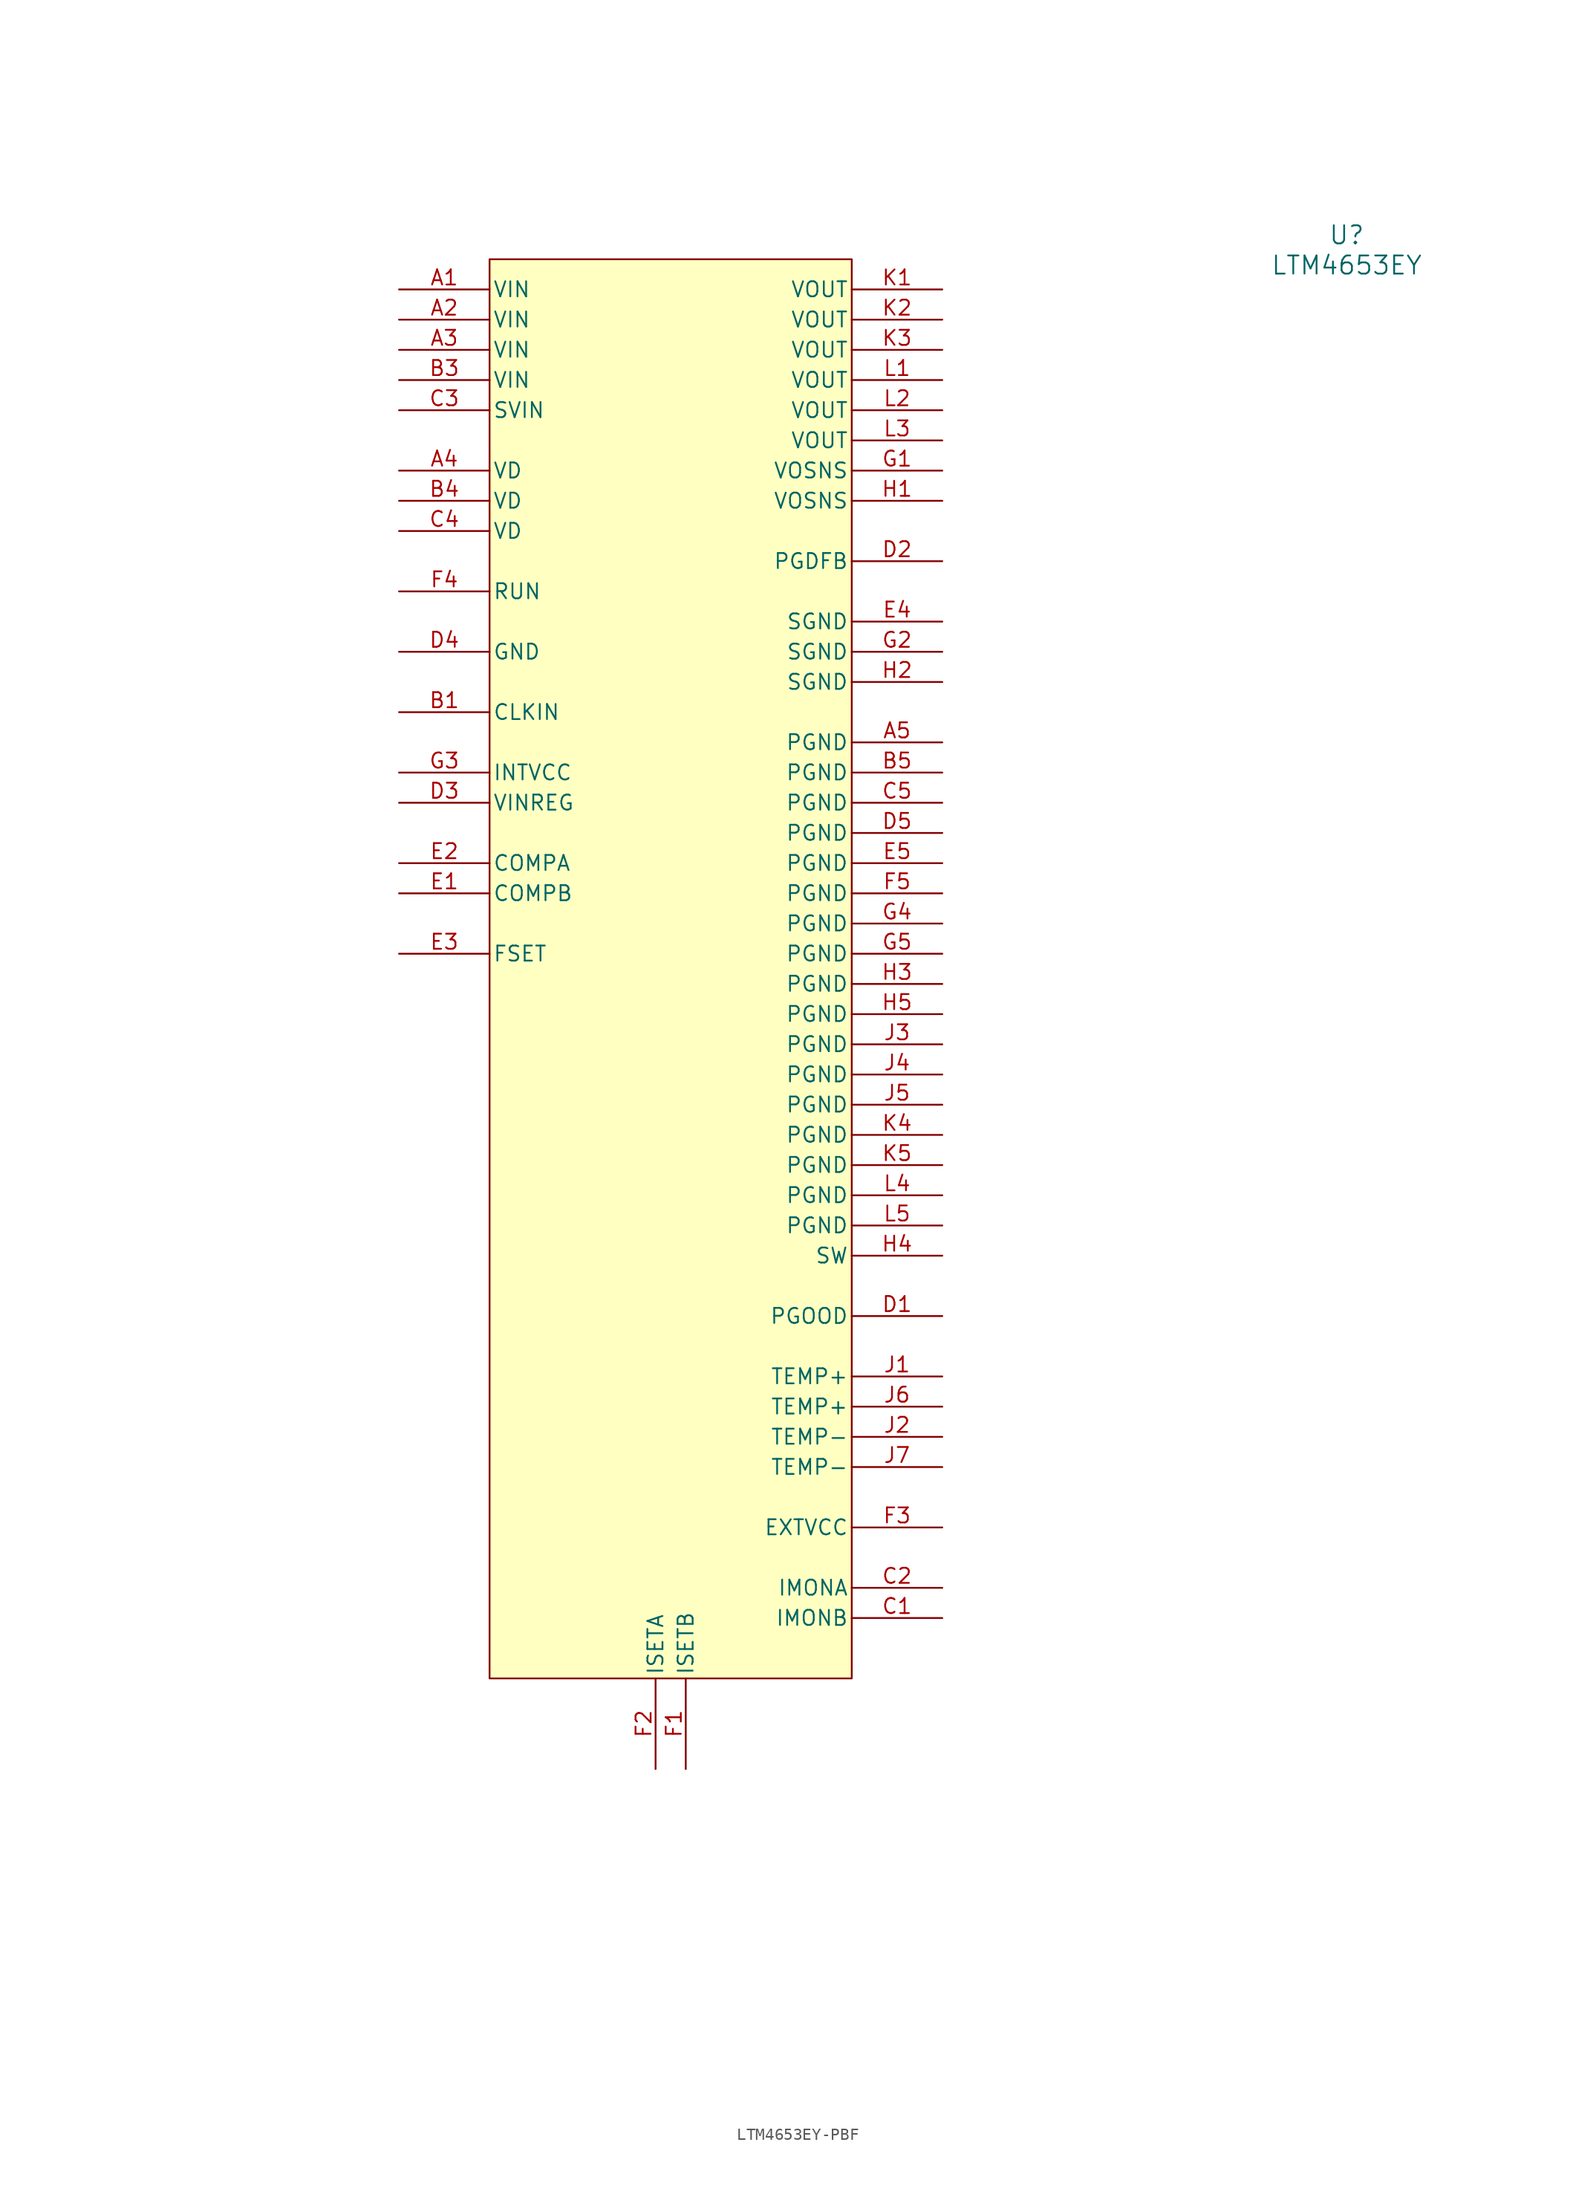
<source format=kicad_sym>
(kicad_symbol_lib
  (version 20241209)
  (generator "kicad_symbol_editor")
  (generator_version "9.0")
  (symbol "LTM4653EY-PBF"
    (pin_names
      (offset 0.254))
    (property "Reference" "U"
      (at 56.896 49.022 0)
      (effects (font (size 1.524 1.524))))
    (property "Value" "LTM4653EY"
      (at 56.896 46.482 0)
      (effects (font (size 1.524 1.524))))
    (symbol "LTM4653EY-PBF_0_1"
      (pin unspecified line (at -22.86 44.45 0) (length 7.62) (name "VIN" (effects (font (size 1.27 1.27)))) (number "A1" (effects (font (size 1.27 1.27)))))
      (pin unspecified line (at -22.86 41.91 0) (length 7.62) (name "VIN" (effects (font (size 1.27 1.27)))) (number "A2" (effects (font (size 1.27 1.27)))))
      (pin unspecified line (at -22.86 39.37 0) (length 7.62) (name "VIN" (effects (font (size 1.27 1.27)))) (number "A3" (effects (font (size 1.27 1.27)))))
      (pin unspecified line (at -22.86 36.83 0) (length 7.62) (name "VIN" (effects (font (size 1.27 1.27)))) (number "B3" (effects (font (size 1.27 1.27)))))
      (pin unspecified line (at -22.86 34.29 0) (length 7.62) (name "SVIN" (effects (font (size 1.27 1.27)))) (number "C3" (effects (font (size 1.27 1.27)))))
      (pin unspecified line (at -22.86 29.21 0) (length 7.62) (name "VD" (effects (font (size 1.27 1.27)))) (number "A4" (effects (font (size 1.27 1.27)))))
      (pin unspecified line (at -22.86 26.67 0) (length 7.62) (name "VD" (effects (font (size 1.27 1.27)))) (number "B4" (effects (font (size 1.27 1.27)))))
      (pin unspecified line (at -22.86 24.13 0) (length 7.62) (name "VD" (effects (font (size 1.27 1.27)))) (number "C4" (effects (font (size 1.27 1.27)))))
      (pin unspecified line (at -22.86 19.05 0) (length 7.62) (name "RUN" (effects (font (size 1.27 1.27)))) (number "F4" (effects (font (size 1.27 1.27)))))
      (pin unspecified line (at -22.86 13.97 0) (length 7.62) (name "GND" (effects (font (size 1.27 1.27)))) (number "D4" (effects (font (size 1.27 1.27)))))
      (pin unspecified line (at -22.86 8.89 0) (length 7.62) (name "CLKIN" (effects (font (size 1.27 1.27)))) (number "B1" (effects (font (size 1.27 1.27)))))
      (pin unspecified line (at -22.86 3.81 0) (length 7.62) (name "INTVCC" (effects (font (size 1.27 1.27)))) (number "G3" (effects (font (size 1.27 1.27)))))
      (pin unspecified line (at -22.86 1.27 0) (length 7.62) (name "VINREG" (effects (font (size 1.27 1.27)))) (number "D3" (effects (font (size 1.27 1.27)))))
      (pin unspecified line (at -22.86 -3.81 0) (length 7.62) (name "COMPA" (effects (font (size 1.27 1.27)))) (number "E2" (effects (font (size 1.27 1.27)))))
      (pin unspecified line (at -22.86 -6.35 0) (length 7.62) (name "COMPB" (effects (font (size 1.27 1.27)))) (number "E1" (effects (font (size 1.27 1.27)))))
      (pin unspecified line (at -22.86 -11.43 0) (length 7.62) (name "FSET" (effects (font (size 1.27 1.27)))) (number "E3" (effects (font (size 1.27 1.27)))))
      (pin unspecified line (at -1.27 -80.01 90) (length 7.62) (name "ISETA" (effects (font (size 1.27 1.27)))) (number "F2" (effects (font (size 1.27 1.27)))))
      (pin unspecified line (at 1.27 -80.01 90) (length 7.62) (name "ISETB" (effects (font (size 1.27 1.27)))) (number "F1" (effects (font (size 1.27 1.27)))))
      (pin unspecified line (at 22.86 44.45 180) (length 7.62) (name "VOUT" (effects (font (size 1.27 1.27)))) (number "K1" (effects (font (size 1.27 1.27)))))
      (pin unspecified line (at 22.86 41.91 180) (length 7.62) (name "VOUT" (effects (font (size 1.27 1.27)))) (number "K2" (effects (font (size 1.27 1.27)))))
      (pin unspecified line (at 22.86 39.37 180) (length 7.62) (name "VOUT" (effects (font (size 1.27 1.27)))) (number "K3" (effects (font (size 1.27 1.27)))))
      (pin unspecified line (at 22.86 36.83 180) (length 7.62) (name "VOUT" (effects (font (size 1.27 1.27)))) (number "L1" (effects (font (size 1.27 1.27)))))
      (pin unspecified line (at 22.86 34.29 180) (length 7.62) (name "VOUT" (effects (font (size 1.27 1.27)))) (number "L2" (effects (font (size 1.27 1.27)))))
      (pin unspecified line (at 22.86 31.75 180) (length 7.62) (name "VOUT" (effects (font (size 1.27 1.27)))) (number "L3" (effects (font (size 1.27 1.27)))))
      (pin unspecified line (at 22.86 29.21 180) (length 7.62) (name "VOSNS" (effects (font (size 1.27 1.27)))) (number "G1" (effects (font (size 1.27 1.27)))))
      (pin unspecified line (at 22.86 26.67 180) (length 7.62) (name "VOSNS" (effects (font (size 1.27 1.27)))) (number "H1" (effects (font (size 1.27 1.27)))))
      (pin unspecified line (at 22.86 21.59 180) (length 7.62) (name "PGDFB" (effects (font (size 1.27 1.27)))) (number "D2" (effects (font (size 1.27 1.27)))))
      (pin unspecified line (at 22.86 16.51 180) (length 7.62) (name "SGND" (effects (font (size 1.27 1.27)))) (number "E4" (effects (font (size 1.27 1.27)))))
      (pin unspecified line (at 22.86 13.97 180) (length 7.62) (name "SGND" (effects (font (size 1.27 1.27)))) (number "G2" (effects (font (size 1.27 1.27)))))
      (pin unspecified line (at 22.86 11.43 180) (length 7.62) (name "SGND" (effects (font (size 1.27 1.27)))) (number "H2" (effects (font (size 1.27 1.27)))))
      (pin unspecified line (at 22.86 6.35 180) (length 7.62) (name "PGND" (effects (font (size 1.27 1.27)))) (number "A5" (effects (font (size 1.27 1.27)))))
      (pin unspecified line (at 22.86 3.81 180) (length 7.62) (name "PGND" (effects (font (size 1.27 1.27)))) (number "B5" (effects (font (size 1.27 1.27)))))
      (pin unspecified line (at 22.86 1.27 180) (length 7.62) (name "PGND" (effects (font (size 1.27 1.27)))) (number "C5" (effects (font (size 1.27 1.27)))))
      (pin unspecified line (at 22.86 -1.27 180) (length 7.62) (name "PGND" (effects (font (size 1.27 1.27)))) (number "D5" (effects (font (size 1.27 1.27)))))
      (pin unspecified line (at 22.86 -3.81 180) (length 7.62) (name "PGND" (effects (font (size 1.27 1.27)))) (number "E5" (effects (font (size 1.27 1.27)))))
      (pin unspecified line (at 22.86 -6.35 180) (length 7.62) (name "PGND" (effects (font (size 1.27 1.27)))) (number "F5" (effects (font (size 1.27 1.27)))))
      (pin unspecified line (at 22.86 -8.89 180) (length 7.62) (name "PGND" (effects (font (size 1.27 1.27)))) (number "G4" (effects (font (size 1.27 1.27)))))
      (pin unspecified line (at 22.86 -11.43 180) (length 7.62) (name "PGND" (effects (font (size 1.27 1.27)))) (number "G5" (effects (font (size 1.27 1.27)))))
      (pin unspecified line (at 22.86 -13.97 180) (length 7.62) (name "PGND" (effects (font (size 1.27 1.27)))) (number "H3" (effects (font (size 1.27 1.27)))))
      (pin unspecified line (at 22.86 -16.51 180) (length 7.62) (name "PGND" (effects (font (size 1.27 1.27)))) (number "H5" (effects (font (size 1.27 1.27)))))
      (pin unspecified line (at 22.86 -19.05 180) (length 7.62) (name "PGND" (effects (font (size 1.27 1.27)))) (number "J3" (effects (font (size 1.27 1.27)))))
      (pin unspecified line (at 22.86 -21.59 180) (length 7.62) (name "PGND" (effects (font (size 1.27 1.27)))) (number "J4" (effects (font (size 1.27 1.27)))))
      (pin unspecified line (at 22.86 -24.13 180) (length 7.62) (name "PGND" (effects (font (size 1.27 1.27)))) (number "J5" (effects (font (size 1.27 1.27)))))
      (pin unspecified line (at 22.86 -26.67 180) (length 7.62) (name "PGND" (effects (font (size 1.27 1.27)))) (number "K4" (effects (font (size 1.27 1.27)))))
      (pin unspecified line (at 22.86 -29.21 180) (length 7.62) (name "PGND" (effects (font (size 1.27 1.27)))) (number "K5" (effects (font (size 1.27 1.27)))))
      (pin unspecified line (at 22.86 -31.75 180) (length 7.62) (name "PGND" (effects (font (size 1.27 1.27)))) (number "L4" (effects (font (size 1.27 1.27)))))
      (pin unspecified line (at 22.86 -34.29 180) (length 7.62) (name "PGND" (effects (font (size 1.27 1.27)))) (number "L5" (effects (font (size 1.27 1.27)))))
      (pin unspecified line (at 22.86 -36.83 180) (length 7.62) (name "SW" (effects (font (size 1.27 1.27)))) (number "H4" (effects (font (size 1.27 1.27)))))
      (pin unspecified line (at 22.86 -41.91 180) (length 7.62) (name "PGOOD" (effects (font (size 1.27 1.27)))) (number "D1" (effects (font (size 1.27 1.27)))))
      (pin unspecified line (at 22.86 -46.99 180) (length 7.62) (name "TEMP+" (effects (font (size 1.27 1.27)))) (number "J1" (effects (font (size 1.27 1.27)))))
      (pin unspecified line (at 22.86 -49.53 180) (length 7.62) (name "TEMP+" (effects (font (size 1.27 1.27)))) (number "J6" (effects (font (size 1.27 1.27)))))
      (pin unspecified line (at 22.86 -52.07 180) (length 7.62) (name "TEMP-" (effects (font (size 1.27 1.27)))) (number "J2" (effects (font (size 1.27 1.27)))))
      (pin unspecified line (at 22.86 -54.61 180) (length 7.62) (name "TEMP-" (effects (font (size 1.27 1.27)))) (number "J7" (effects (font (size 1.27 1.27)))))
      (pin unspecified line (at 22.86 -59.69 180) (length 7.62) (name "EXTVCC" (effects (font (size 1.27 1.27)))) (number "F3" (effects (font (size 1.27 1.27)))))
      (pin unspecified line (at 22.86 -64.77 180) (length 7.62) (name "IMONA" (effects (font (size 1.27 1.27)))) (number "C2" (effects (font (size 1.27 1.27)))))
      (pin unspecified line (at 22.86 -67.31 180) (length 7.62) (name "IMONB" (effects (font (size 1.27 1.27)))) (number "C1" (effects (font (size 1.27 1.27))))))
    (symbol "LTM4653EY-PBF_1_1"
      (rectangle (start -15.24 46.99) (end 15.24 -72.39) (stroke (width 0) (type solid)) (fill (type background)))
      (pin no_connect line (at -41.91 -44.45 0) (length 7.62) (hide yes) (name "NC" (effects (font (size 1.27 1.27)))) (number "A6" (effects (font (size 1.27 1.27)))))
      (pin no_connect line (at -41.91 -46.99 0) (length 7.62) (hide yes) (name "NC" (effects (font (size 1.27 1.27)))) (number "A7" (effects (font (size 1.27 1.27)))))
      (pin no_connect line (at -41.91 -49.53 0) (length 7.62) (hide yes) (name "NC" (effects (font (size 1.27 1.27)))) (number "B2" (effects (font (size 1.27 1.27)))))
      (pin no_connect line (at -41.91 -52.07 0) (length 7.62) (hide yes) (name "NC" (effects (font (size 1.27 1.27)))) (number "B6" (effects (font (size 1.27 1.27)))))
      (pin no_connect line (at -41.91 -54.61 0) (length 7.62) (hide yes) (name "NC" (effects (font (size 1.27 1.27)))) (number "B7" (effects (font (size 1.27 1.27)))))
      (pin no_connect line (at -41.91 -57.15 0) (length 7.62) (hide yes) (name "NC" (effects (font (size 1.27 1.27)))) (number "C6" (effects (font (size 1.27 1.27)))))
      (pin no_connect line (at -41.91 -59.69 0) (length 7.62) (hide yes) (name "NC" (effects (font (size 1.27 1.27)))) (number "C7" (effects (font (size 1.27 1.27)))))
      (pin no_connect line (at -41.91 -62.23 0) (length 7.62) (hide yes) (name "NC" (effects (font (size 1.27 1.27)))) (number "D6" (effects (font (size 1.27 1.27)))))
      (pin no_connect line (at -41.91 -64.77 0) (length 7.62) (hide yes) (name "NC" (effects (font (size 1.27 1.27)))) (number "D7" (effects (font (size 1.27 1.27)))))
      (pin no_connect line (at -41.91 -67.31 0) (length 7.62) (hide yes) (name "NC" (effects (font (size 1.27 1.27)))) (number "E6" (effects (font (size 1.27 1.27)))))
      (pin no_connect line (at -41.91 -69.85 0) (length 7.62) (hide yes) (name "NC" (effects (font (size 1.27 1.27)))) (number "E7" (effects (font (size 1.27 1.27)))))
      (pin no_connect line (at -41.91 -72.39 0) (length 7.62) (hide yes) (name "NC" (effects (font (size 1.27 1.27)))) (number "F6" (effects (font (size 1.27 1.27)))))
      (pin no_connect line (at -41.91 -74.93 0) (length 7.62) (hide yes) (name "NC" (effects (font (size 1.27 1.27)))) (number "F7" (effects (font (size 1.27 1.27)))))
      (pin no_connect line (at -41.91 -77.47 0) (length 7.62) (hide yes) (name "NC" (effects (font (size 1.27 1.27)))) (number "G6" (effects (font (size 1.27 1.27)))))
      (pin no_connect line (at -41.91 -80.01 0) (length 7.62) (hide yes) (name "NC" (effects (font (size 1.27 1.27)))) (number "G7" (effects (font (size 1.27 1.27)))))
      (pin no_connect line (at -41.91 -82.55 0) (length 7.62) (hide yes) (name "NC" (effects (font (size 1.27 1.27)))) (number "H6" (effects (font (size 1.27 1.27)))))
      (pin no_connect line (at -41.91 -85.09 0) (length 7.62) (hide yes) (name "NC" (effects (font (size 1.27 1.27)))) (number "H7" (effects (font (size 1.27 1.27)))))
      (pin no_connect line (at -41.91 -87.63 0) (length 7.62) (hide yes) (name "NC" (effects (font (size 1.27 1.27)))) (number "K6" (effects (font (size 1.27 1.27)))))
      (pin no_connect line (at -41.91 -90.17 0) (length 7.62) (hide yes) (name "NC" (effects (font (size 1.27 1.27)))) (number "K7" (effects (font (size 1.27 1.27)))))
      (pin no_connect line (at -41.91 -92.71 0) (length 7.62) (hide yes) (name "NC" (effects (font (size 1.27 1.27)))) (number "L6" (effects (font (size 1.27 1.27)))))
      (pin no_connect line (at -41.91 -95.25 0) (length 7.62) (hide yes) (name "NC" (effects (font (size 1.27 1.27)))) (number "L7" (effects (font (size 1.27 1.27))))))))
</source>
